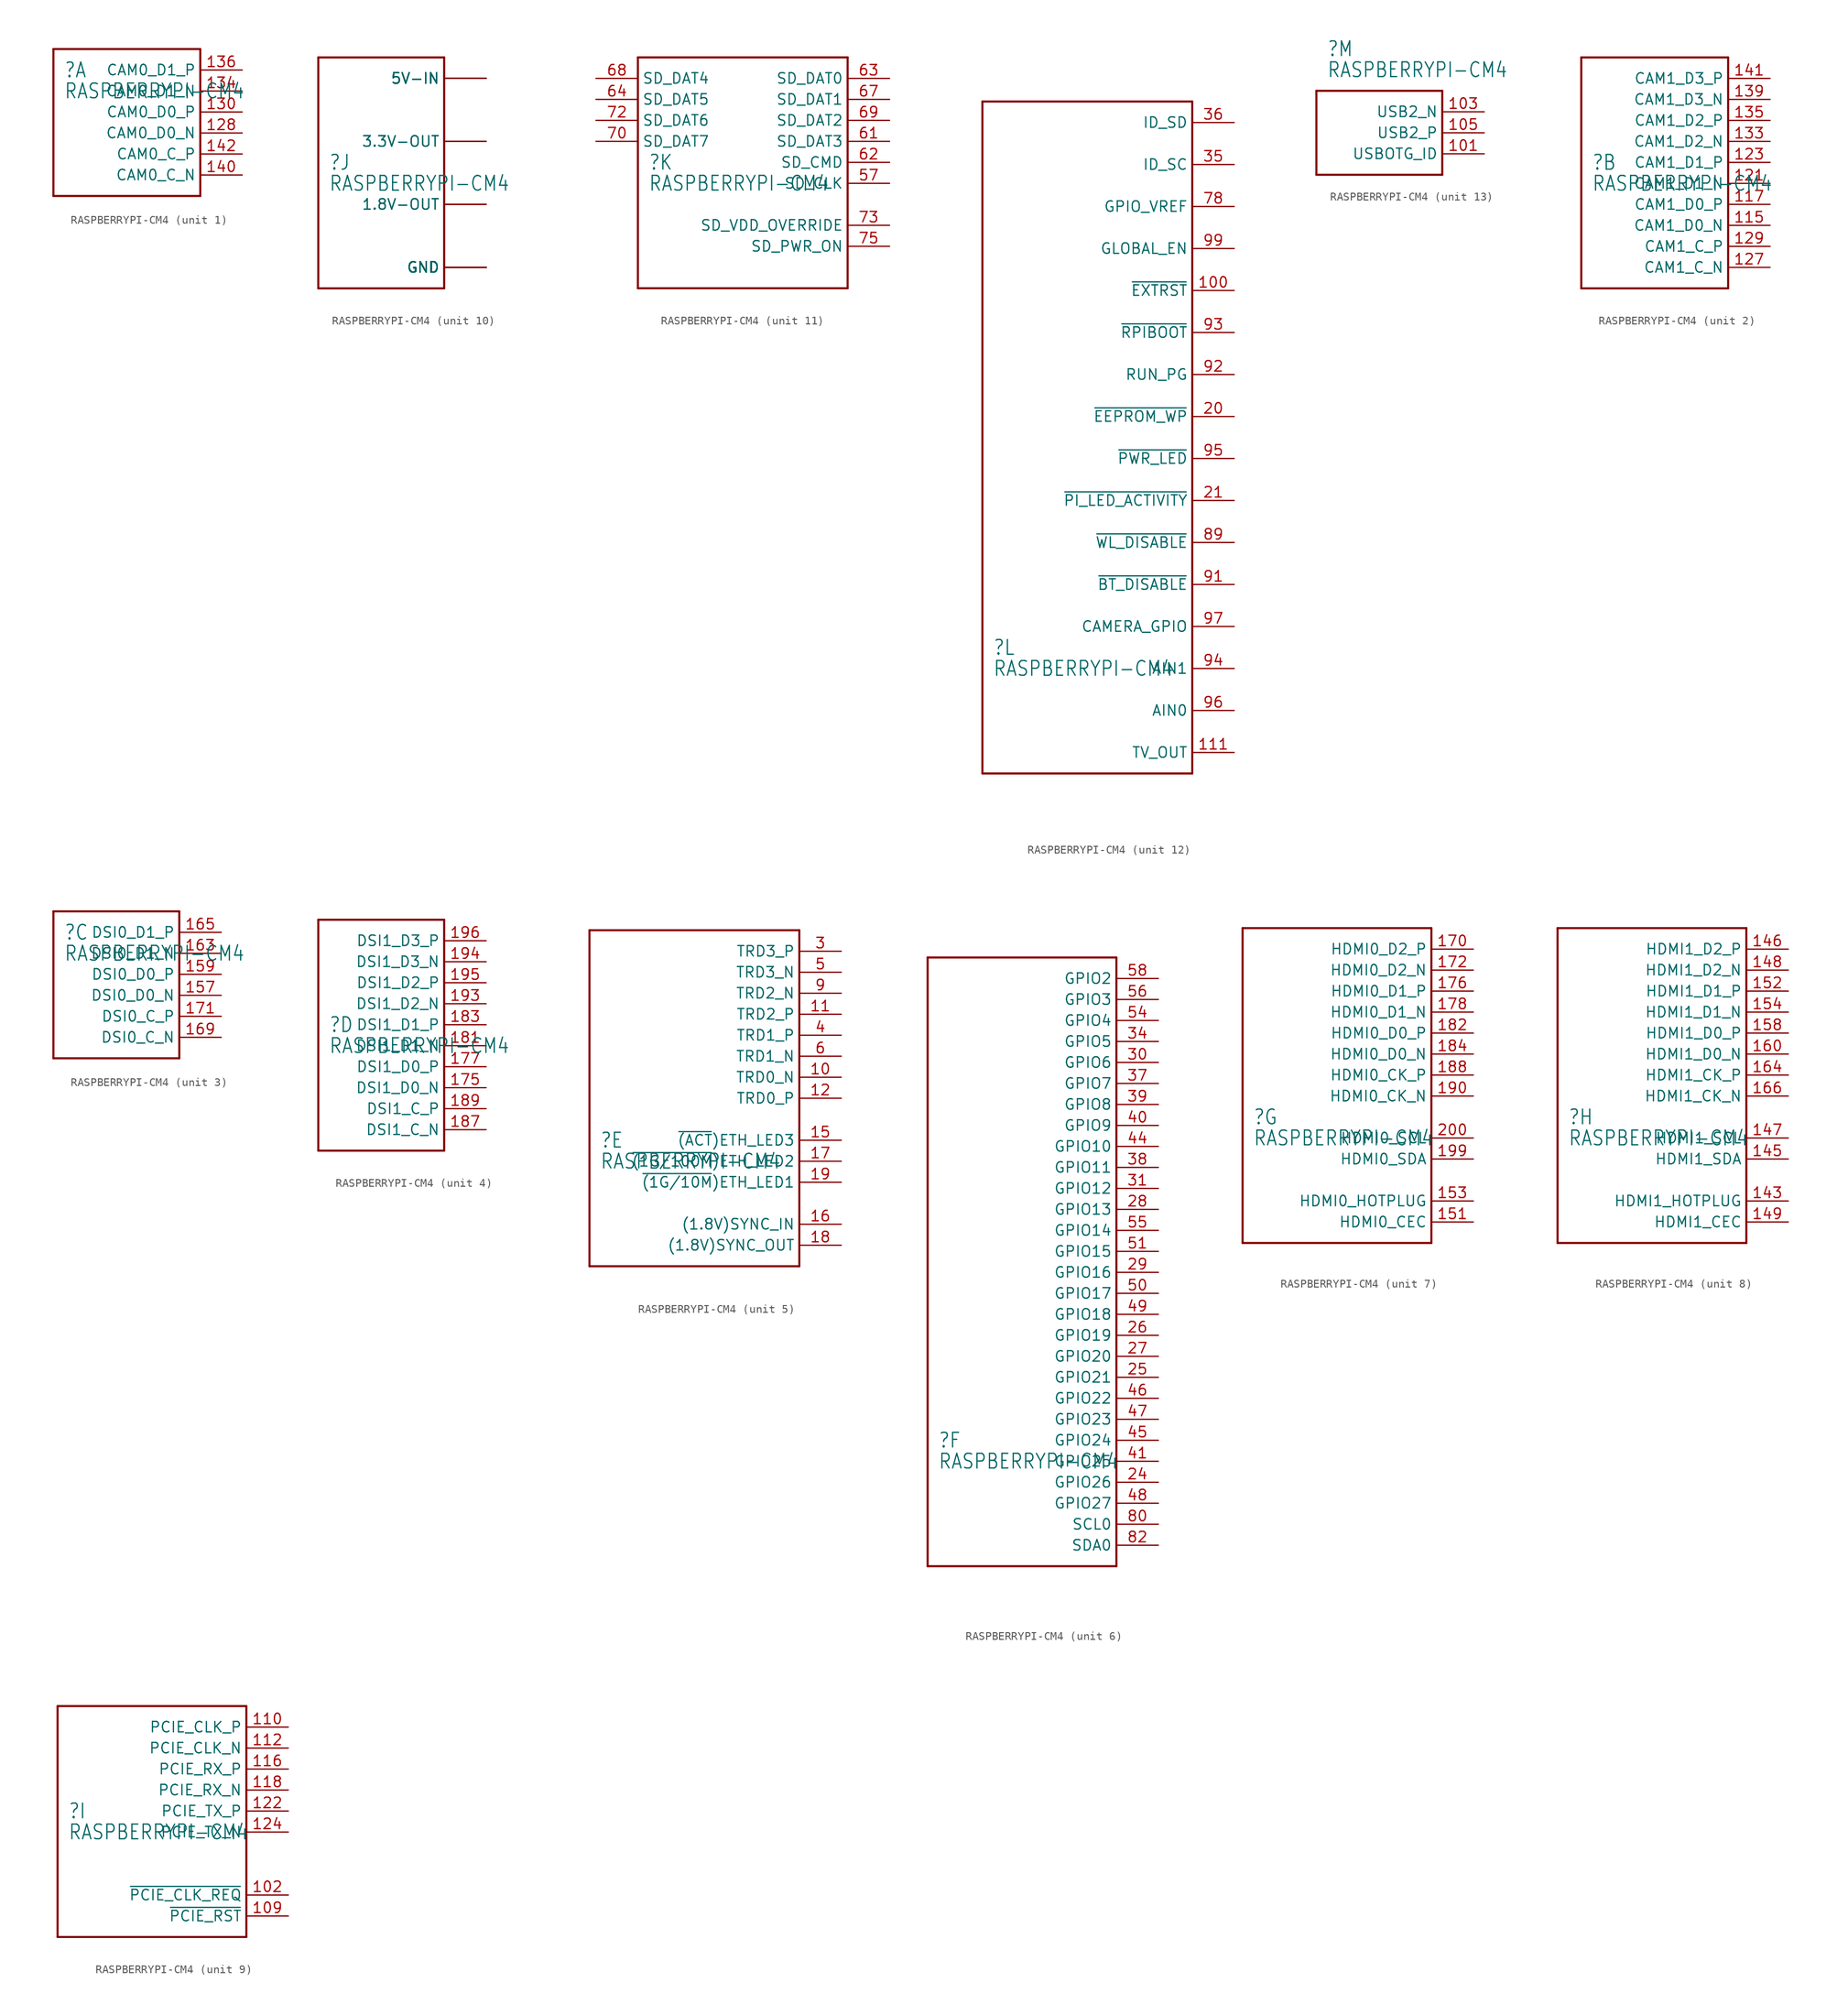
<source format=kicad_sym>
(kicad_symbol_lib
  (version 20211014)
  (generator kicad_symbol_editor)
  (symbol "RASPBERRYPI-CM4"
    (property "Reference" ""
      (at 1.27 15.24 0)
      (effects (font (size 1.778 1.511)) (justify left)))
    (property "Value" "RASPBERRYPI-CM4"
      (at 1.27 12.7 0)
      (effects (font (size 1.778 1.511)) (justify left)))
    (property "ki_locked" ""
      (at 0 0 0)
      (effects (font (size 1.27 1.27))))
    (symbol "RASPBERRYPI-CM4_1_0"
      (polyline (pts (xy 0 0) (xy 0 17.78)) (stroke (width 0.254) (type default) (color 0 0 0 0)) (fill (type none)))
      (polyline (pts (xy 0 17.78) (xy 17.78 17.78)) (stroke (width 0.254) (type default) (color 0 0 0 0)) (fill (type none)))
      (polyline (pts (xy 17.78 0) (xy 0 0)) (stroke (width 0.254) (type default) (color 0 0 0 0)) (fill (type none)))
      (polyline (pts (xy 17.78 17.78) (xy 17.78 0)) (stroke (width 0.254) (type default) (color 0 0 0 0)) (fill (type none)))
      (pin bidirectional line (at 22.86 7.62 180) (length 5.08) (name "CAM0_D0_N" (effects (font (size 1.27 1.27)))) (number "128" (effects (font (size 1.27 1.27)))))
      (pin bidirectional line (at 22.86 10.16 180) (length 5.08) (name "CAM0_D0_P" (effects (font (size 1.27 1.27)))) (number "130" (effects (font (size 1.27 1.27)))))
      (pin bidirectional line (at 22.86 12.7 180) (length 5.08) (name "CAM0_D1_N" (effects (font (size 1.27 1.27)))) (number "134" (effects (font (size 1.27 1.27)))))
      (pin bidirectional line (at 22.86 15.24 180) (length 5.08) (name "CAM0_D1_P" (effects (font (size 1.27 1.27)))) (number "136" (effects (font (size 1.27 1.27)))))
      (pin bidirectional line (at 22.86 2.54 180) (length 5.08) (name "CAM0_C_N" (effects (font (size 1.27 1.27)))) (number "140" (effects (font (size 1.27 1.27)))))
      (pin bidirectional line (at 22.86 5.08 180) (length 5.08) (name "CAM0_C_P" (effects (font (size 1.27 1.27)))) (number "142" (effects (font (size 1.27 1.27))))))
    (symbol "RASPBERRYPI-CM4_2_0"
      (polyline (pts (xy 0 0) (xy 0 27.94)) (stroke (width 0.254) (type default) (color 0 0 0 0)) (fill (type none)))
      (polyline (pts (xy 0 27.94) (xy 17.78 27.94)) (stroke (width 0.254) (type default) (color 0 0 0 0)) (fill (type none)))
      (polyline (pts (xy 17.78 0) (xy 0 0)) (stroke (width 0.254) (type default) (color 0 0 0 0)) (fill (type none)))
      (polyline (pts (xy 17.78 27.94) (xy 17.78 0)) (stroke (width 0.254) (type default) (color 0 0 0 0)) (fill (type none)))
      (pin bidirectional line (at 22.86 7.62 180) (length 5.08) (name "CAM1_D0_N" (effects (font (size 1.27 1.27)))) (number "115" (effects (font (size 1.27 1.27)))))
      (pin bidirectional line (at 22.86 10.16 180) (length 5.08) (name "CAM1_D0_P" (effects (font (size 1.27 1.27)))) (number "117" (effects (font (size 1.27 1.27)))))
      (pin bidirectional line (at 22.86 12.7 180) (length 5.08) (name "CAM1_D1_N" (effects (font (size 1.27 1.27)))) (number "121" (effects (font (size 1.27 1.27)))))
      (pin bidirectional line (at 22.86 15.24 180) (length 5.08) (name "CAM1_D1_P" (effects (font (size 1.27 1.27)))) (number "123" (effects (font (size 1.27 1.27)))))
      (pin bidirectional line (at 22.86 2.54 180) (length 5.08) (name "CAM1_C_N" (effects (font (size 1.27 1.27)))) (number "127" (effects (font (size 1.27 1.27)))))
      (pin bidirectional line (at 22.86 5.08 180) (length 5.08) (name "CAM1_C_P" (effects (font (size 1.27 1.27)))) (number "129" (effects (font (size 1.27 1.27)))))
      (pin bidirectional line (at 22.86 17.78 180) (length 5.08) (name "CAM1_D2_N" (effects (font (size 1.27 1.27)))) (number "133" (effects (font (size 1.27 1.27)))))
      (pin bidirectional line (at 22.86 20.32 180) (length 5.08) (name "CAM1_D2_P" (effects (font (size 1.27 1.27)))) (number "135" (effects (font (size 1.27 1.27)))))
      (pin bidirectional line (at 22.86 22.86 180) (length 5.08) (name "CAM1_D3_N" (effects (font (size 1.27 1.27)))) (number "139" (effects (font (size 1.27 1.27)))))
      (pin bidirectional line (at 22.86 25.4 180) (length 5.08) (name "CAM1_D3_P" (effects (font (size 1.27 1.27)))) (number "141" (effects (font (size 1.27 1.27))))))
    (symbol "RASPBERRYPI-CM4_3_0"
      (polyline (pts (xy 0 0) (xy 0 17.78)) (stroke (width 0.254) (type default) (color 0 0 0 0)) (fill (type none)))
      (polyline (pts (xy 0 17.78) (xy 15.24 17.78)) (stroke (width 0.254) (type default) (color 0 0 0 0)) (fill (type none)))
      (polyline (pts (xy 15.24 0) (xy 0 0)) (stroke (width 0.254) (type default) (color 0 0 0 0)) (fill (type none)))
      (polyline (pts (xy 15.24 17.78) (xy 15.24 0)) (stroke (width 0.254) (type default) (color 0 0 0 0)) (fill (type none)))
      (pin bidirectional line (at 20.32 7.62 180) (length 5.08) (name "DSI0_D0_N" (effects (font (size 1.27 1.27)))) (number "157" (effects (font (size 1.27 1.27)))))
      (pin bidirectional line (at 20.32 10.16 180) (length 5.08) (name "DSI0_D0_P" (effects (font (size 1.27 1.27)))) (number "159" (effects (font (size 1.27 1.27)))))
      (pin bidirectional line (at 20.32 12.7 180) (length 5.08) (name "DSI0_D1_N" (effects (font (size 1.27 1.27)))) (number "163" (effects (font (size 1.27 1.27)))))
      (pin bidirectional line (at 20.32 15.24 180) (length 5.08) (name "DSI0_D1_P" (effects (font (size 1.27 1.27)))) (number "165" (effects (font (size 1.27 1.27)))))
      (pin bidirectional line (at 20.32 2.54 180) (length 5.08) (name "DSI0_C_N" (effects (font (size 1.27 1.27)))) (number "169" (effects (font (size 1.27 1.27)))))
      (pin bidirectional line (at 20.32 5.08 180) (length 5.08) (name "DSI0_C_P" (effects (font (size 1.27 1.27)))) (number "171" (effects (font (size 1.27 1.27))))))
    (symbol "RASPBERRYPI-CM4_4_0"
      (polyline (pts (xy 0 0) (xy 0 27.94)) (stroke (width 0.254) (type default) (color 0 0 0 0)) (fill (type none)))
      (polyline (pts (xy 0 27.94) (xy 15.24 27.94)) (stroke (width 0.254) (type default) (color 0 0 0 0)) (fill (type none)))
      (polyline (pts (xy 15.24 0) (xy 0 0)) (stroke (width 0.254) (type default) (color 0 0 0 0)) (fill (type none)))
      (polyline (pts (xy 15.24 27.94) (xy 15.24 0)) (stroke (width 0.254) (type default) (color 0 0 0 0)) (fill (type none)))
      (pin bidirectional line (at 20.32 7.62 180) (length 5.08) (name "DSI1_D0_N" (effects (font (size 1.27 1.27)))) (number "175" (effects (font (size 1.27 1.27)))))
      (pin bidirectional line (at 20.32 10.16 180) (length 5.08) (name "DSI1_D0_P" (effects (font (size 1.27 1.27)))) (number "177" (effects (font (size 1.27 1.27)))))
      (pin bidirectional line (at 20.32 12.7 180) (length 5.08) (name "DSI1_D1_N" (effects (font (size 1.27 1.27)))) (number "181" (effects (font (size 1.27 1.27)))))
      (pin bidirectional line (at 20.32 15.24 180) (length 5.08) (name "DSI1_D1_P" (effects (font (size 1.27 1.27)))) (number "183" (effects (font (size 1.27 1.27)))))
      (pin bidirectional line (at 20.32 2.54 180) (length 5.08) (name "DSI1_C_N" (effects (font (size 1.27 1.27)))) (number "187" (effects (font (size 1.27 1.27)))))
      (pin bidirectional line (at 20.32 5.08 180) (length 5.08) (name "DSI1_C_P" (effects (font (size 1.27 1.27)))) (number "189" (effects (font (size 1.27 1.27)))))
      (pin bidirectional line (at 20.32 17.78 180) (length 5.08) (name "DSI1_D2_N" (effects (font (size 1.27 1.27)))) (number "193" (effects (font (size 1.27 1.27)))))
      (pin bidirectional line (at 20.32 22.86 180) (length 5.08) (name "DSI1_D3_N" (effects (font (size 1.27 1.27)))) (number "194" (effects (font (size 1.27 1.27)))))
      (pin bidirectional line (at 20.32 20.32 180) (length 5.08) (name "DSI1_D2_P" (effects (font (size 1.27 1.27)))) (number "195" (effects (font (size 1.27 1.27)))))
      (pin bidirectional line (at 20.32 25.4 180) (length 5.08) (name "DSI1_D3_P" (effects (font (size 1.27 1.27)))) (number "196" (effects (font (size 1.27 1.27))))))
    (symbol "RASPBERRYPI-CM4_5_0"
      (polyline (pts (xy 0 0) (xy 0 40.64)) (stroke (width 0.254) (type default) (color 0 0 0 0)) (fill (type none)))
      (polyline (pts (xy 0 40.64) (xy 25.4 40.64)) (stroke (width 0.254) (type default) (color 0 0 0 0)) (fill (type none)))
      (polyline (pts (xy 25.4 0) (xy 0 0)) (stroke (width 0.254) (type default) (color 0 0 0 0)) (fill (type none)))
      (polyline (pts (xy 25.4 40.64) (xy 25.4 0)) (stroke (width 0.254) (type default) (color 0 0 0 0)) (fill (type none)))
      (pin bidirectional line (at 30.48 22.86 180) (length 5.08) (name "TRD0_N" (effects (font (size 1.27 1.27)))) (number "10" (effects (font (size 1.27 1.27)))))
      (pin bidirectional line (at 30.48 30.48 180) (length 5.08) (name "TRD2_P" (effects (font (size 1.27 1.27)))) (number "11" (effects (font (size 1.27 1.27)))))
      (pin bidirectional line (at 30.48 20.32 180) (length 5.08) (name "TRD0_P" (effects (font (size 1.27 1.27)))) (number "12" (effects (font (size 1.27 1.27)))))
      (pin bidirectional line (at 30.48 15.24 180) (length 5.08) (name "~{(ACT})ETH_LED3" (effects (font (size 1.27 1.27)))) (number "15" (effects (font (size 1.27 1.27)))))
      (pin bidirectional line (at 30.48 5.08 180) (length 5.08) (name "(1.8V)SYNC_IN" (effects (font (size 1.27 1.27)))) (number "16" (effects (font (size 1.27 1.27)))))
      (pin bidirectional line (at 30.48 12.7 180) (length 5.08) (name "~{(1G/100M})ETH_LED2" (effects (font (size 1.27 1.27)))) (number "17" (effects (font (size 1.27 1.27)))))
      (pin bidirectional line (at 30.48 2.54 180) (length 5.08) (name "(1.8V)SYNC_OUT" (effects (font (size 1.27 1.27)))) (number "18" (effects (font (size 1.27 1.27)))))
      (pin bidirectional line (at 30.48 10.16 180) (length 5.08) (name "~{(1G/10M})ETH_LED1" (effects (font (size 1.27 1.27)))) (number "19" (effects (font (size 1.27 1.27)))))
      (pin bidirectional line (at 30.48 38.1 180) (length 5.08) (name "TRD3_P" (effects (font (size 1.27 1.27)))) (number "3" (effects (font (size 1.27 1.27)))))
      (pin bidirectional line (at 30.48 27.94 180) (length 5.08) (name "TRD1_P" (effects (font (size 1.27 1.27)))) (number "4" (effects (font (size 1.27 1.27)))))
      (pin bidirectional line (at 30.48 35.56 180) (length 5.08) (name "TRD3_N" (effects (font (size 1.27 1.27)))) (number "5" (effects (font (size 1.27 1.27)))))
      (pin bidirectional line (at 30.48 25.4 180) (length 5.08) (name "TRD1_N" (effects (font (size 1.27 1.27)))) (number "6" (effects (font (size 1.27 1.27)))))
      (pin bidirectional line (at 30.48 33.02 180) (length 5.08) (name "TRD2_N" (effects (font (size 1.27 1.27)))) (number "9" (effects (font (size 1.27 1.27))))))
    (symbol "RASPBERRYPI-CM4_6_0"
      (polyline (pts (xy 0 0) (xy 0 73.66)) (stroke (width 0.254) (type default) (color 0 0 0 0)) (fill (type none)))
      (polyline (pts (xy 0 73.66) (xy 22.86 73.66)) (stroke (width 0.254) (type default) (color 0 0 0 0)) (fill (type none)))
      (polyline (pts (xy 22.86 0) (xy 0 0)) (stroke (width 0.254) (type default) (color 0 0 0 0)) (fill (type none)))
      (polyline (pts (xy 22.86 73.66) (xy 22.86 0)) (stroke (width 0.254) (type default) (color 0 0 0 0)) (fill (type none)))
      (pin bidirectional line (at 27.94 10.16 180) (length 5.08) (name "GPIO26" (effects (font (size 1.27 1.27)))) (number "24" (effects (font (size 1.27 1.27)))))
      (pin bidirectional line (at 27.94 22.86 180) (length 5.08) (name "GPIO21" (effects (font (size 1.27 1.27)))) (number "25" (effects (font (size 1.27 1.27)))))
      (pin bidirectional line (at 27.94 27.94 180) (length 5.08) (name "GPIO19" (effects (font (size 1.27 1.27)))) (number "26" (effects (font (size 1.27 1.27)))))
      (pin bidirectional line (at 27.94 25.4 180) (length 5.08) (name "GPIO20" (effects (font (size 1.27 1.27)))) (number "27" (effects (font (size 1.27 1.27)))))
      (pin bidirectional line (at 27.94 43.18 180) (length 5.08) (name "GPIO13" (effects (font (size 1.27 1.27)))) (number "28" (effects (font (size 1.27 1.27)))))
      (pin bidirectional line (at 27.94 35.56 180) (length 5.08) (name "GPIO16" (effects (font (size 1.27 1.27)))) (number "29" (effects (font (size 1.27 1.27)))))
      (pin bidirectional line (at 27.94 60.96 180) (length 5.08) (name "GPIO6" (effects (font (size 1.27 1.27)))) (number "30" (effects (font (size 1.27 1.27)))))
      (pin bidirectional line (at 27.94 45.72 180) (length 5.08) (name "GPIO12" (effects (font (size 1.27 1.27)))) (number "31" (effects (font (size 1.27 1.27)))))
      (pin bidirectional line (at 27.94 63.5 180) (length 5.08) (name "GPIO5" (effects (font (size 1.27 1.27)))) (number "34" (effects (font (size 1.27 1.27)))))
      (pin bidirectional line (at 27.94 58.42 180) (length 5.08) (name "GPIO7" (effects (font (size 1.27 1.27)))) (number "37" (effects (font (size 1.27 1.27)))))
      (pin bidirectional line (at 27.94 48.26 180) (length 5.08) (name "GPIO11" (effects (font (size 1.27 1.27)))) (number "38" (effects (font (size 1.27 1.27)))))
      (pin bidirectional line (at 27.94 55.88 180) (length 5.08) (name "GPIO8" (effects (font (size 1.27 1.27)))) (number "39" (effects (font (size 1.27 1.27)))))
      (pin bidirectional line (at 27.94 53.34 180) (length 5.08) (name "GPIO9" (effects (font (size 1.27 1.27)))) (number "40" (effects (font (size 1.27 1.27)))))
      (pin bidirectional line (at 27.94 12.7 180) (length 5.08) (name "GPIO25" (effects (font (size 1.27 1.27)))) (number "41" (effects (font (size 1.27 1.27)))))
      (pin bidirectional line (at 27.94 50.8 180) (length 5.08) (name "GPIO10" (effects (font (size 1.27 1.27)))) (number "44" (effects (font (size 1.27 1.27)))))
      (pin bidirectional line (at 27.94 15.24 180) (length 5.08) (name "GPIO24" (effects (font (size 1.27 1.27)))) (number "45" (effects (font (size 1.27 1.27)))))
      (pin bidirectional line (at 27.94 20.32 180) (length 5.08) (name "GPIO22" (effects (font (size 1.27 1.27)))) (number "46" (effects (font (size 1.27 1.27)))))
      (pin bidirectional line (at 27.94 17.78 180) (length 5.08) (name "GPIO23" (effects (font (size 1.27 1.27)))) (number "47" (effects (font (size 1.27 1.27)))))
      (pin bidirectional line (at 27.94 7.62 180) (length 5.08) (name "GPIO27" (effects (font (size 1.27 1.27)))) (number "48" (effects (font (size 1.27 1.27)))))
      (pin bidirectional line (at 27.94 30.48 180) (length 5.08) (name "GPIO18" (effects (font (size 1.27 1.27)))) (number "49" (effects (font (size 1.27 1.27)))))
      (pin bidirectional line (at 27.94 33.02 180) (length 5.08) (name "GPIO17" (effects (font (size 1.27 1.27)))) (number "50" (effects (font (size 1.27 1.27)))))
      (pin bidirectional line (at 27.94 38.1 180) (length 5.08) (name "GPIO15" (effects (font (size 1.27 1.27)))) (number "51" (effects (font (size 1.27 1.27)))))
      (pin bidirectional line (at 27.94 66.04 180) (length 5.08) (name "GPIO4" (effects (font (size 1.27 1.27)))) (number "54" (effects (font (size 1.27 1.27)))))
      (pin bidirectional line (at 27.94 40.64 180) (length 5.08) (name "GPIO14" (effects (font (size 1.27 1.27)))) (number "55" (effects (font (size 1.27 1.27)))))
      (pin bidirectional line (at 27.94 68.58 180) (length 5.08) (name "GPIO3" (effects (font (size 1.27 1.27)))) (number "56" (effects (font (size 1.27 1.27)))))
      (pin bidirectional line (at 27.94 71.12 180) (length 5.08) (name "GPIO2" (effects (font (size 1.27 1.27)))) (number "58" (effects (font (size 1.27 1.27)))))
      (pin bidirectional line (at 27.94 5.08 180) (length 5.08) (name "SCL0" (effects (font (size 1.27 1.27)))) (number "80" (effects (font (size 1.27 1.27)))))
      (pin bidirectional line (at 27.94 2.54 180) (length 5.08) (name "SDA0" (effects (font (size 1.27 1.27)))) (number "82" (effects (font (size 1.27 1.27))))))
    (symbol "RASPBERRYPI-CM4_7_0"
      (polyline (pts (xy 0 0) (xy 0 38.1)) (stroke (width 0.254) (type default) (color 0 0 0 0)) (fill (type none)))
      (polyline (pts (xy 0 38.1) (xy 22.86 38.1)) (stroke (width 0.254) (type default) (color 0 0 0 0)) (fill (type none)))
      (polyline (pts (xy 22.86 0) (xy 0 0)) (stroke (width 0.254) (type default) (color 0 0 0 0)) (fill (type none)))
      (polyline (pts (xy 22.86 38.1) (xy 22.86 0)) (stroke (width 0.254) (type default) (color 0 0 0 0)) (fill (type none)))
      (pin bidirectional line (at 27.94 2.54 180) (length 5.08) (name "HDMI0_CEC" (effects (font (size 1.27 1.27)))) (number "151" (effects (font (size 1.27 1.27)))))
      (pin bidirectional line (at 27.94 5.08 180) (length 5.08) (name "HDMI0_HOTPLUG" (effects (font (size 1.27 1.27)))) (number "153" (effects (font (size 1.27 1.27)))))
      (pin bidirectional line (at 27.94 35.56 180) (length 5.08) (name "HDMI0_D2_P" (effects (font (size 1.27 1.27)))) (number "170" (effects (font (size 1.27 1.27)))))
      (pin bidirectional line (at 27.94 33.02 180) (length 5.08) (name "HDMI0_D2_N" (effects (font (size 1.27 1.27)))) (number "172" (effects (font (size 1.27 1.27)))))
      (pin bidirectional line (at 27.94 30.48 180) (length 5.08) (name "HDMI0_D1_P" (effects (font (size 1.27 1.27)))) (number "176" (effects (font (size 1.27 1.27)))))
      (pin bidirectional line (at 27.94 27.94 180) (length 5.08) (name "HDMI0_D1_N" (effects (font (size 1.27 1.27)))) (number "178" (effects (font (size 1.27 1.27)))))
      (pin bidirectional line (at 27.94 25.4 180) (length 5.08) (name "HDMI0_D0_P" (effects (font (size 1.27 1.27)))) (number "182" (effects (font (size 1.27 1.27)))))
      (pin bidirectional line (at 27.94 22.86 180) (length 5.08) (name "HDMI0_D0_N" (effects (font (size 1.27 1.27)))) (number "184" (effects (font (size 1.27 1.27)))))
      (pin bidirectional line (at 27.94 20.32 180) (length 5.08) (name "HDMI0_CK_P" (effects (font (size 1.27 1.27)))) (number "188" (effects (font (size 1.27 1.27)))))
      (pin bidirectional line (at 27.94 17.78 180) (length 5.08) (name "HDMI0_CK_N" (effects (font (size 1.27 1.27)))) (number "190" (effects (font (size 1.27 1.27)))))
      (pin bidirectional line (at 27.94 10.16 180) (length 5.08) (name "HDMI0_SDA" (effects (font (size 1.27 1.27)))) (number "199" (effects (font (size 1.27 1.27)))))
      (pin bidirectional line (at 27.94 12.7 180) (length 5.08) (name "HDMI0_SCL" (effects (font (size 1.27 1.27)))) (number "200" (effects (font (size 1.27 1.27))))))
    (symbol "RASPBERRYPI-CM4_8_0"
      (polyline (pts (xy 0 0) (xy 0 38.1)) (stroke (width 0.254) (type default) (color 0 0 0 0)) (fill (type none)))
      (polyline (pts (xy 0 38.1) (xy 22.86 38.1)) (stroke (width 0.254) (type default) (color 0 0 0 0)) (fill (type none)))
      (polyline (pts (xy 22.86 0) (xy 0 0)) (stroke (width 0.254) (type default) (color 0 0 0 0)) (fill (type none)))
      (polyline (pts (xy 22.86 38.1) (xy 22.86 0)) (stroke (width 0.254) (type default) (color 0 0 0 0)) (fill (type none)))
      (pin bidirectional line (at 27.94 5.08 180) (length 5.08) (name "HDMI1_HOTPLUG" (effects (font (size 1.27 1.27)))) (number "143" (effects (font (size 1.27 1.27)))))
      (pin bidirectional line (at 27.94 10.16 180) (length 5.08) (name "HDMI1_SDA" (effects (font (size 1.27 1.27)))) (number "145" (effects (font (size 1.27 1.27)))))
      (pin bidirectional line (at 27.94 35.56 180) (length 5.08) (name "HDMI1_D2_P" (effects (font (size 1.27 1.27)))) (number "146" (effects (font (size 1.27 1.27)))))
      (pin bidirectional line (at 27.94 12.7 180) (length 5.08) (name "HDMI1_SCL" (effects (font (size 1.27 1.27)))) (number "147" (effects (font (size 1.27 1.27)))))
      (pin bidirectional line (at 27.94 33.02 180) (length 5.08) (name "HDMI1_D2_N" (effects (font (size 1.27 1.27)))) (number "148" (effects (font (size 1.27 1.27)))))
      (pin bidirectional line (at 27.94 2.54 180) (length 5.08) (name "HDMI1_CEC" (effects (font (size 1.27 1.27)))) (number "149" (effects (font (size 1.27 1.27)))))
      (pin bidirectional line (at 27.94 30.48 180) (length 5.08) (name "HDMI1_D1_P" (effects (font (size 1.27 1.27)))) (number "152" (effects (font (size 1.27 1.27)))))
      (pin bidirectional line (at 27.94 27.94 180) (length 5.08) (name "HDMI1_D1_N" (effects (font (size 1.27 1.27)))) (number "154" (effects (font (size 1.27 1.27)))))
      (pin bidirectional line (at 27.94 25.4 180) (length 5.08) (name "HDMI1_D0_P" (effects (font (size 1.27 1.27)))) (number "158" (effects (font (size 1.27 1.27)))))
      (pin bidirectional line (at 27.94 22.86 180) (length 5.08) (name "HDMI1_D0_N" (effects (font (size 1.27 1.27)))) (number "160" (effects (font (size 1.27 1.27)))))
      (pin bidirectional line (at 27.94 20.32 180) (length 5.08) (name "HDMI1_CK_P" (effects (font (size 1.27 1.27)))) (number "164" (effects (font (size 1.27 1.27)))))
      (pin bidirectional line (at 27.94 17.78 180) (length 5.08) (name "HDMI1_CK_N" (effects (font (size 1.27 1.27)))) (number "166" (effects (font (size 1.27 1.27))))))
    (symbol "RASPBERRYPI-CM4_9_0"
      (polyline (pts (xy 0 0) (xy 0 27.94)) (stroke (width 0.254) (type default) (color 0 0 0 0)) (fill (type none)))
      (polyline (pts (xy 0 27.94) (xy 22.86 27.94)) (stroke (width 0.254) (type default) (color 0 0 0 0)) (fill (type none)))
      (polyline (pts (xy 22.86 0) (xy 0 0)) (stroke (width 0.254) (type default) (color 0 0 0 0)) (fill (type none)))
      (polyline (pts (xy 22.86 27.94) (xy 22.86 0)) (stroke (width 0.254) (type default) (color 0 0 0 0)) (fill (type none)))
      (pin bidirectional line (at 27.94 5.08 180) (length 5.08) (name "~{PCIE_CLK_REQ}" (effects (font (size 1.27 1.27)))) (number "102" (effects (font (size 1.27 1.27)))))
      (pin bidirectional line (at 27.94 2.54 180) (length 5.08) (name "~{PCIE_RST}" (effects (font (size 1.27 1.27)))) (number "109" (effects (font (size 1.27 1.27)))))
      (pin bidirectional line (at 27.94 25.4 180) (length 5.08) (name "PCIE_CLK_P" (effects (font (size 1.27 1.27)))) (number "110" (effects (font (size 1.27 1.27)))))
      (pin bidirectional line (at 27.94 22.86 180) (length 5.08) (name "PCIE_CLK_N" (effects (font (size 1.27 1.27)))) (number "112" (effects (font (size 1.27 1.27)))))
      (pin bidirectional line (at 27.94 20.32 180) (length 5.08) (name "PCIE_RX_P" (effects (font (size 1.27 1.27)))) (number "116" (effects (font (size 1.27 1.27)))))
      (pin bidirectional line (at 27.94 17.78 180) (length 5.08) (name "PCIE_RX_N" (effects (font (size 1.27 1.27)))) (number "118" (effects (font (size 1.27 1.27)))))
      (pin bidirectional line (at 27.94 15.24 180) (length 5.08) (name "PCIE_TX_P" (effects (font (size 1.27 1.27)))) (number "122" (effects (font (size 1.27 1.27)))))
      (pin bidirectional line (at 27.94 12.7 180) (length 5.08) (name "PCIE_TX_N" (effects (font (size 1.27 1.27)))) (number "124" (effects (font (size 1.27 1.27))))))
    (symbol "RASPBERRYPI-CM4_10_0"
      (polyline (pts (xy 0 0) (xy 0 27.94)) (stroke (width 0.254) (type default) (color 0 0 0 0)) (fill (type none)))
      (polyline (pts (xy 0 27.94) (xy 15.24 27.94)) (stroke (width 0.254) (type default) (color 0 0 0 0)) (fill (type none)))
      (polyline (pts (xy 15.24 0) (xy 0 0)) (stroke (width 0.254) (type default) (color 0 0 0 0)) (fill (type none)))
      (polyline (pts (xy 15.24 27.94) (xy 15.24 0)) (stroke (width 0.254) (type default) (color 0 0 0 0)) (fill (type none)))
      (pin bidirectional line (at 20.32 2.54 180) (length 5.08) (name "GND" (effects (font (size 1.27 1.27)))) (number "1" (effects (font (size 0 0)))))
      (pin bidirectional line (at 20.32 2.54 180) (length 5.08) (name "GND" (effects (font (size 1.27 1.27)))) (number "107" (effects (font (size 0 0)))))
      (pin bidirectional line (at 20.32 2.54 180) (length 5.08) (name "GND" (effects (font (size 1.27 1.27)))) (number "108" (effects (font (size 0 0)))))
      (pin bidirectional line (at 20.32 2.54 180) (length 5.08) (name "GND" (effects (font (size 1.27 1.27)))) (number "113" (effects (font (size 0 0)))))
      (pin bidirectional line (at 20.32 2.54 180) (length 5.08) (name "GND" (effects (font (size 1.27 1.27)))) (number "114" (effects (font (size 0 0)))))
      (pin bidirectional line (at 20.32 2.54 180) (length 5.08) (name "GND" (effects (font (size 1.27 1.27)))) (number "119" (effects (font (size 0 0)))))
      (pin bidirectional line (at 20.32 2.54 180) (length 5.08) (name "GND" (effects (font (size 1.27 1.27)))) (number "120" (effects (font (size 0 0)))))
      (pin bidirectional line (at 20.32 2.54 180) (length 5.08) (name "GND" (effects (font (size 1.27 1.27)))) (number "125" (effects (font (size 0 0)))))
      (pin bidirectional line (at 20.32 2.54 180) (length 5.08) (name "GND" (effects (font (size 1.27 1.27)))) (number "126" (effects (font (size 0 0)))))
      (pin bidirectional line (at 20.32 2.54 180) (length 5.08) (name "GND" (effects (font (size 1.27 1.27)))) (number "13" (effects (font (size 0 0)))))
      (pin bidirectional line (at 20.32 2.54 180) (length 5.08) (name "GND" (effects (font (size 1.27 1.27)))) (number "131" (effects (font (size 0 0)))))
      (pin bidirectional line (at 20.32 2.54 180) (length 5.08) (name "GND" (effects (font (size 1.27 1.27)))) (number "132" (effects (font (size 0 0)))))
      (pin bidirectional line (at 20.32 2.54 180) (length 5.08) (name "GND" (effects (font (size 1.27 1.27)))) (number "137" (effects (font (size 0 0)))))
      (pin bidirectional line (at 20.32 2.54 180) (length 5.08) (name "GND" (effects (font (size 1.27 1.27)))) (number "138" (effects (font (size 0 0)))))
      (pin bidirectional line (at 20.32 2.54 180) (length 5.08) (name "GND" (effects (font (size 1.27 1.27)))) (number "14" (effects (font (size 0 0)))))
      (pin bidirectional line (at 20.32 2.54 180) (length 5.08) (name "GND" (effects (font (size 1.27 1.27)))) (number "144" (effects (font (size 0 0)))))
      (pin bidirectional line (at 20.32 2.54 180) (length 5.08) (name "GND" (effects (font (size 1.27 1.27)))) (number "150" (effects (font (size 0 0)))))
      (pin bidirectional line (at 20.32 2.54 180) (length 5.08) (name "GND" (effects (font (size 1.27 1.27)))) (number "155" (effects (font (size 0 0)))))
      (pin bidirectional line (at 20.32 2.54 180) (length 5.08) (name "GND" (effects (font (size 1.27 1.27)))) (number "156" (effects (font (size 0 0)))))
      (pin bidirectional line (at 20.32 2.54 180) (length 5.08) (name "GND" (effects (font (size 1.27 1.27)))) (number "161" (effects (font (size 0 0)))))
      (pin bidirectional line (at 20.32 2.54 180) (length 5.08) (name "GND" (effects (font (size 1.27 1.27)))) (number "162" (effects (font (size 0 0)))))
      (pin bidirectional line (at 20.32 2.54 180) (length 5.08) (name "GND" (effects (font (size 1.27 1.27)))) (number "167" (effects (font (size 0 0)))))
      (pin bidirectional line (at 20.32 2.54 180) (length 5.08) (name "GND" (effects (font (size 1.27 1.27)))) (number "168" (effects (font (size 0 0)))))
      (pin bidirectional line (at 20.32 2.54 180) (length 5.08) (name "GND" (effects (font (size 1.27 1.27)))) (number "173" (effects (font (size 0 0)))))
      (pin bidirectional line (at 20.32 2.54 180) (length 5.08) (name "GND" (effects (font (size 1.27 1.27)))) (number "174" (effects (font (size 0 0)))))
      (pin bidirectional line (at 20.32 2.54 180) (length 5.08) (name "GND" (effects (font (size 1.27 1.27)))) (number "179" (effects (font (size 0 0)))))
      (pin bidirectional line (at 20.32 2.54 180) (length 5.08) (name "GND" (effects (font (size 1.27 1.27)))) (number "180" (effects (font (size 0 0)))))
      (pin bidirectional line (at 20.32 2.54 180) (length 5.08) (name "GND" (effects (font (size 1.27 1.27)))) (number "185" (effects (font (size 0 0)))))
      (pin bidirectional line (at 20.32 2.54 180) (length 5.08) (name "GND" (effects (font (size 1.27 1.27)))) (number "186" (effects (font (size 0 0)))))
      (pin bidirectional line (at 20.32 2.54 180) (length 5.08) (name "GND" (effects (font (size 1.27 1.27)))) (number "191" (effects (font (size 0 0)))))
      (pin bidirectional line (at 20.32 2.54 180) (length 5.08) (name "GND" (effects (font (size 1.27 1.27)))) (number "192" (effects (font (size 0 0)))))
      (pin bidirectional line (at 20.32 2.54 180) (length 5.08) (name "GND" (effects (font (size 1.27 1.27)))) (number "197" (effects (font (size 0 0)))))
      (pin bidirectional line (at 20.32 2.54 180) (length 5.08) (name "GND" (effects (font (size 1.27 1.27)))) (number "198" (effects (font (size 0 0)))))
      (pin bidirectional line (at 20.32 2.54 180) (length 5.08) (name "GND" (effects (font (size 1.27 1.27)))) (number "2" (effects (font (size 0 0)))))
      (pin bidirectional line (at 20.32 2.54 180) (length 5.08) (name "GND" (effects (font (size 1.27 1.27)))) (number "22" (effects (font (size 0 0)))))
      (pin bidirectional line (at 20.32 2.54 180) (length 5.08) (name "GND" (effects (font (size 1.27 1.27)))) (number "23" (effects (font (size 0 0)))))
      (pin bidirectional line (at 20.32 2.54 180) (length 5.08) (name "GND" (effects (font (size 1.27 1.27)))) (number "32" (effects (font (size 0 0)))))
      (pin bidirectional line (at 20.32 2.54 180) (length 5.08) (name "GND" (effects (font (size 1.27 1.27)))) (number "33" (effects (font (size 0 0)))))
      (pin bidirectional line (at 20.32 2.54 180) (length 5.08) (name "GND" (effects (font (size 1.27 1.27)))) (number "42" (effects (font (size 0 0)))))
      (pin bidirectional line (at 20.32 2.54 180) (length 5.08) (name "GND" (effects (font (size 1.27 1.27)))) (number "43" (effects (font (size 0 0)))))
      (pin bidirectional line (at 20.32 2.54 180) (length 5.08) (name "GND" (effects (font (size 1.27 1.27)))) (number "52" (effects (font (size 0 0)))))
      (pin bidirectional line (at 20.32 2.54 180) (length 5.08) (name "GND" (effects (font (size 1.27 1.27)))) (number "53" (effects (font (size 0 0)))))
      (pin bidirectional line (at 20.32 2.54 180) (length 5.08) (name "GND" (effects (font (size 1.27 1.27)))) (number "59" (effects (font (size 0 0)))))
      (pin bidirectional line (at 20.32 2.54 180) (length 5.08) (name "GND" (effects (font (size 1.27 1.27)))) (number "60" (effects (font (size 0 0)))))
      (pin bidirectional line (at 20.32 2.54 180) (length 5.08) (name "GND" (effects (font (size 1.27 1.27)))) (number "65" (effects (font (size 0 0)))))
      (pin bidirectional line (at 20.32 2.54 180) (length 5.08) (name "GND" (effects (font (size 1.27 1.27)))) (number "66" (effects (font (size 0 0)))))
      (pin bidirectional line (at 20.32 2.54 180) (length 5.08) (name "GND" (effects (font (size 1.27 1.27)))) (number "7" (effects (font (size 0 0)))))
      (pin bidirectional line (at 20.32 2.54 180) (length 5.08) (name "GND" (effects (font (size 1.27 1.27)))) (number "71" (effects (font (size 0 0)))))
      (pin bidirectional line (at 20.32 2.54 180) (length 5.08) (name "GND" (effects (font (size 1.27 1.27)))) (number "74" (effects (font (size 0 0)))))
      (pin power_in line (at 20.32 25.4 180) (length 5.08) (name "5V-IN" (effects (font (size 1.27 1.27)))) (number "77" (effects (font (size 0 0)))))
      (pin power_in line (at 20.32 25.4 180) (length 5.08) (name "5V-IN" (effects (font (size 1.27 1.27)))) (number "79" (effects (font (size 0 0)))))
      (pin bidirectional line (at 20.32 2.54 180) (length 5.08) (name "GND" (effects (font (size 1.27 1.27)))) (number "8" (effects (font (size 0 0)))))
      (pin power_in line (at 20.32 25.4 180) (length 5.08) (name "5V-IN" (effects (font (size 1.27 1.27)))) (number "81" (effects (font (size 0 0)))))
      (pin power_in line (at 20.32 25.4 180) (length 5.08) (name "5V-IN" (effects (font (size 1.27 1.27)))) (number "83" (effects (font (size 0 0)))))
      (pin power_in line (at 20.32 17.78 180) (length 5.08) (name "3.3V-OUT" (effects (font (size 1.27 1.27)))) (number "84" (effects (font (size 0 0)))))
      (pin power_in line (at 20.32 25.4 180) (length 5.08) (name "5V-IN" (effects (font (size 1.27 1.27)))) (number "85" (effects (font (size 0 0)))))
      (pin power_in line (at 20.32 17.78 180) (length 5.08) (name "3.3V-OUT" (effects (font (size 1.27 1.27)))) (number "86" (effects (font (size 0 0)))))
      (pin power_in line (at 20.32 25.4 180) (length 5.08) (name "5V-IN" (effects (font (size 1.27 1.27)))) (number "87" (effects (font (size 0 0)))))
      (pin power_in line (at 20.32 10.16 180) (length 5.08) (name "1.8V-OUT" (effects (font (size 1.27 1.27)))) (number "88" (effects (font (size 0 0)))))
      (pin power_in line (at 20.32 10.16 180) (length 5.08) (name "1.8V-OUT" (effects (font (size 1.27 1.27)))) (number "90" (effects (font (size 0 0)))))
      (pin bidirectional line (at 20.32 2.54 180) (length 5.08) (name "GND" (effects (font (size 1.27 1.27)))) (number "98" (effects (font (size 0 0))))))
    (symbol "RASPBERRYPI-CM4_11_0"
      (polyline (pts (xy 0 0) (xy 0 27.94)) (stroke (width 0.254) (type default) (color 0 0 0 0)) (fill (type none)))
      (polyline (pts (xy 0 27.94) (xy 25.4 27.94)) (stroke (width 0.254) (type default) (color 0 0 0 0)) (fill (type none)))
      (polyline (pts (xy 25.4 0) (xy 0 0)) (stroke (width 0.254) (type default) (color 0 0 0 0)) (fill (type none)))
      (polyline (pts (xy 25.4 27.94) (xy 25.4 0)) (stroke (width 0.254) (type default) (color 0 0 0 0)) (fill (type none)))
      (pin bidirectional line (at 30.48 12.7 180) (length 5.08) (name "SD_CLK" (effects (font (size 1.27 1.27)))) (number "57" (effects (font (size 1.27 1.27)))))
      (pin bidirectional line (at 30.48 17.78 180) (length 5.08) (name "SD_DAT3" (effects (font (size 1.27 1.27)))) (number "61" (effects (font (size 1.27 1.27)))))
      (pin bidirectional line (at 30.48 15.24 180) (length 5.08) (name "SD_CMD" (effects (font (size 1.27 1.27)))) (number "62" (effects (font (size 1.27 1.27)))))
      (pin bidirectional line (at 30.48 25.4 180) (length 5.08) (name "SD_DAT0" (effects (font (size 1.27 1.27)))) (number "63" (effects (font (size 1.27 1.27)))))
      (pin bidirectional line (at -5.08 22.86 0) (length 5.08) (name "SD_DAT5" (effects (font (size 1.27 1.27)))) (number "64" (effects (font (size 1.27 1.27)))))
      (pin bidirectional line (at 30.48 22.86 180) (length 5.08) (name "SD_DAT1" (effects (font (size 1.27 1.27)))) (number "67" (effects (font (size 1.27 1.27)))))
      (pin bidirectional line (at -5.08 25.4 0) (length 5.08) (name "SD_DAT4" (effects (font (size 1.27 1.27)))) (number "68" (effects (font (size 1.27 1.27)))))
      (pin bidirectional line (at 30.48 20.32 180) (length 5.08) (name "SD_DAT2" (effects (font (size 1.27 1.27)))) (number "69" (effects (font (size 1.27 1.27)))))
      (pin bidirectional line (at -5.08 17.78 0) (length 5.08) (name "SD_DAT7" (effects (font (size 1.27 1.27)))) (number "70" (effects (font (size 1.27 1.27)))))
      (pin bidirectional line (at -5.08 20.32 0) (length 5.08) (name "SD_DAT6" (effects (font (size 1.27 1.27)))) (number "72" (effects (font (size 1.27 1.27)))))
      (pin bidirectional line (at 30.48 7.62 180) (length 5.08) (name "SD_VDD_OVERRIDE" (effects (font (size 1.27 1.27)))) (number "73" (effects (font (size 1.27 1.27)))))
      (pin bidirectional line (at 30.48 5.08 180) (length 5.08) (name "SD_PWR_ON" (effects (font (size 1.27 1.27)))) (number "75" (effects (font (size 1.27 1.27))))))
    (symbol "RASPBERRYPI-CM4_12_0"
      (polyline (pts (xy 0 0) (xy 0 81.28)) (stroke (width 0.254) (type default) (color 0 0 0 0)) (fill (type none)))
      (polyline (pts (xy 0 81.28) (xy 25.4 81.28)) (stroke (width 0.254) (type default) (color 0 0 0 0)) (fill (type none)))
      (polyline (pts (xy 25.4 0) (xy 0 0)) (stroke (width 0.254) (type default) (color 0 0 0 0)) (fill (type none)))
      (polyline (pts (xy 25.4 81.28) (xy 25.4 0)) (stroke (width 0.254) (type default) (color 0 0 0 0)) (fill (type none)))
      (pin bidirectional line (at 30.48 58.42 180) (length 5.08) (name "~{EXTRST}" (effects (font (size 1.27 1.27)))) (number "100" (effects (font (size 1.27 1.27)))))
      (pin bidirectional line (at 30.48 2.54 180) (length 5.08) (name "TV_OUT" (effects (font (size 1.27 1.27)))) (number "111" (effects (font (size 1.27 1.27)))))
      (pin bidirectional line (at 30.48 43.18 180) (length 5.08) (name "~{EEPROM_WP}" (effects (font (size 1.27 1.27)))) (number "20" (effects (font (size 1.27 1.27)))))
      (pin bidirectional line (at 30.48 33.02 180) (length 5.08) (name "~{PI_LED_ACTIVITY}" (effects (font (size 1.27 1.27)))) (number "21" (effects (font (size 1.27 1.27)))))
      (pin bidirectional line (at 30.48 73.66 180) (length 5.08) (name "ID_SC" (effects (font (size 1.27 1.27)))) (number "35" (effects (font (size 1.27 1.27)))))
      (pin bidirectional line (at 30.48 78.74 180) (length 5.08) (name "ID_SD" (effects (font (size 1.27 1.27)))) (number "36" (effects (font (size 1.27 1.27)))))
      (pin bidirectional line (at 30.48 68.58 180) (length 5.08) (name "GPIO_VREF" (effects (font (size 1.27 1.27)))) (number "78" (effects (font (size 1.27 1.27)))))
      (pin bidirectional line (at 30.48 27.94 180) (length 5.08) (name "~{WL_DISABLE}" (effects (font (size 1.27 1.27)))) (number "89" (effects (font (size 1.27 1.27)))))
      (pin bidirectional line (at 30.48 22.86 180) (length 5.08) (name "~{BT_DISABLE}" (effects (font (size 1.27 1.27)))) (number "91" (effects (font (size 1.27 1.27)))))
      (pin bidirectional line (at 30.48 48.26 180) (length 5.08) (name "RUN_PG" (effects (font (size 1.27 1.27)))) (number "92" (effects (font (size 1.27 1.27)))))
      (pin bidirectional line (at 30.48 53.34 180) (length 5.08) (name "~{RPIBOOT}" (effects (font (size 1.27 1.27)))) (number "93" (effects (font (size 1.27 1.27)))))
      (pin bidirectional line (at 30.48 12.7 180) (length 5.08) (name "AIN1" (effects (font (size 1.27 1.27)))) (number "94" (effects (font (size 1.27 1.27)))))
      (pin bidirectional line (at 30.48 38.1 180) (length 5.08) (name "~{PWR_LED}" (effects (font (size 1.27 1.27)))) (number "95" (effects (font (size 1.27 1.27)))))
      (pin bidirectional line (at 30.48 7.62 180) (length 5.08) (name "AIN0" (effects (font (size 1.27 1.27)))) (number "96" (effects (font (size 1.27 1.27)))))
      (pin bidirectional line (at 30.48 17.78 180) (length 5.08) (name "CAMERA_GPIO" (effects (font (size 1.27 1.27)))) (number "97" (effects (font (size 1.27 1.27)))))
      (pin bidirectional line (at 30.48 63.5 180) (length 5.08) (name "GLOBAL_EN" (effects (font (size 1.27 1.27)))) (number "99" (effects (font (size 1.27 1.27))))))
    (symbol "RASPBERRYPI-CM4_13_0"
      (polyline (pts (xy 0 0) (xy 0 10.16)) (stroke (width 0.254) (type default) (color 0 0 0 0)) (fill (type none)))
      (polyline (pts (xy 0 10.16) (xy 15.24 10.16)) (stroke (width 0.254) (type default) (color 0 0 0 0)) (fill (type none)))
      (polyline (pts (xy 15.24 0) (xy 0 0)) (stroke (width 0.254) (type default) (color 0 0 0 0)) (fill (type none)))
      (polyline (pts (xy 15.24 10.16) (xy 15.24 0)) (stroke (width 0.254) (type default) (color 0 0 0 0)) (fill (type none)))
      (pin bidirectional line (at 20.32 2.54 180) (length 5.08) (name "USBOTG_ID" (effects (font (size 1.27 1.27)))) (number "101" (effects (font (size 1.27 1.27)))))
      (pin bidirectional line (at 20.32 7.62 180) (length 5.08) (name "USB2_N" (effects (font (size 1.27 1.27)))) (number "103" (effects (font (size 1.27 1.27)))))
      (pin bidirectional line (at 20.32 5.08 180) (length 5.08) (name "USB2_P" (effects (font (size 1.27 1.27)))) (number "105" (effects (font (size 1.27 1.27))))))))
</source>
